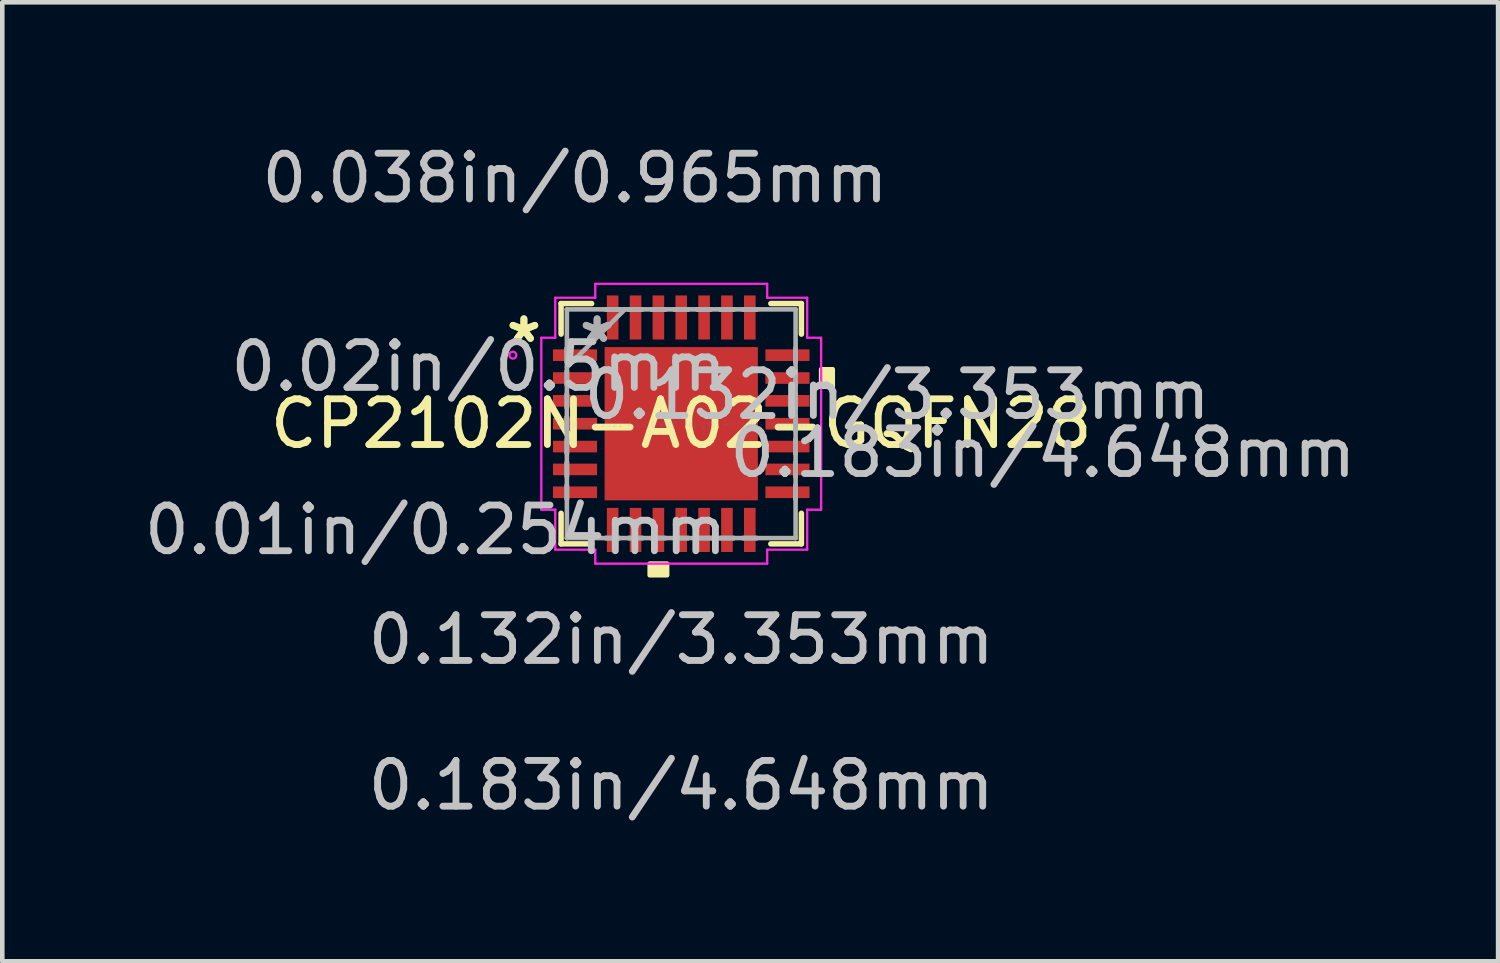
<source format=kicad_pcb>
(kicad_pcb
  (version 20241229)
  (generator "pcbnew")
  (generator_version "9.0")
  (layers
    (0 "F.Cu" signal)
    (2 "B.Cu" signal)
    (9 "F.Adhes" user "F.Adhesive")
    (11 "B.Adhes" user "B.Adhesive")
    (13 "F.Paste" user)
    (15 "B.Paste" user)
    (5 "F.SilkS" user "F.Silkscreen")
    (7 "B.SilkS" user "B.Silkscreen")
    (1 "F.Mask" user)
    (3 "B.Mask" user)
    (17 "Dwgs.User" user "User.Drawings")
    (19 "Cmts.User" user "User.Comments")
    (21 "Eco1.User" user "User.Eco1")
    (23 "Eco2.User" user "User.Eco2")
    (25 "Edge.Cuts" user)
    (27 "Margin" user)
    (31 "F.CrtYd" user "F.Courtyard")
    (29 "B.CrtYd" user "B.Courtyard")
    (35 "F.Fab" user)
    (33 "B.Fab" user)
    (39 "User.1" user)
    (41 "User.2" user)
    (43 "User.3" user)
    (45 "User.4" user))
  (footprint "CP2102N-A02-GQFN28"
    (layer "F.Cu")
    (at 11.854 6.22)
    (property "Reference" "CP2102N-A02-GQFN28" (at 0 0 0) (layer "F.SilkS") (effects (font (size 1 1) (thickness 0.15))))
    (attr through_hole)
    (fp_line (start -2.629 -2.629) (end -2.629 -1.96) (stroke (width 0.12) (type solid)) (layer "F.SilkS"))
    (fp_line (start -2.629 1.96) (end -2.629 2.629) (stroke (width 0.12) (type solid)) (layer "F.SilkS"))
    (fp_line (start -2.629 2.629) (end -1.96 2.629) (stroke (width 0.12) (type solid)) (layer "F.SilkS"))
    (fp_line (start -1.96 -2.629) (end -2.629 -2.629) (stroke (width 0.12) (type solid)) (layer "F.SilkS"))
    (fp_line (start 1.96 2.629) (end 2.629 2.629) (stroke (width 0.12) (type solid)) (layer "F.SilkS"))
    (fp_line (start 2.629 -2.629) (end 1.96 -2.629) (stroke (width 0.12) (type solid)) (layer "F.SilkS"))
    (fp_line (start 2.629 -1.96) (end 2.629 -2.629) (stroke (width 0.12) (type solid)) (layer "F.SilkS"))
    (fp_line (start 2.629 2.629) (end 2.629 1.96) (stroke (width 0.12) (type solid)) (layer "F.SilkS"))
    (fp_poly (pts (xy -0.69 3.061) (xy -0.69 3.315) (xy -0.309 3.315) (xy -0.309 3.061)) (stroke (width 0.1) (type solid)) (fill yes) (layer "F.SilkS"))
    (fp_poly (pts (xy 3.315 -1.191) (xy 3.315 -0.81) (xy 3.061 -0.81) (xy 3.061 -1.191)) (stroke (width 0.1) (type solid)) (fill yes) (layer "F.SilkS"))
    (fp_poly (pts (xy -1.576 -1.576) (xy -1.576 -0.1) (xy -0.1 -0.1) (xy -0.1 -1.576)) (stroke (width 0.1) (type solid)) (fill yes) (layer "F.Paste"))
    (fp_poly (pts (xy -1.576 0.1) (xy -1.576 1.576) (xy -0.1 1.576) (xy -0.1 0.1)) (stroke (width 0.1) (type solid)) (fill yes) (layer "F.Paste"))
    (fp_poly (pts (xy 0.1 -1.576) (xy 0.1 -0.1) (xy 1.576 -0.1) (xy 1.576 -1.576)) (stroke (width 0.1) (type solid)) (fill yes) (layer "F.Paste"))
    (fp_poly (pts (xy 0.1 0.1) (xy 0.1 1.576) (xy 1.576 1.576) (xy 1.576 0.1)) (stroke (width 0.1) (type solid)) (fill yes) (layer "F.Paste"))
    (fp_line (start -3.061 -1.881) (end -2.756 -1.881) (stroke (width 0.05) (type solid)) (layer "F.CrtYd"))
    (fp_line (start -3.061 1.881) (end -3.061 -1.881) (stroke (width 0.05) (type solid)) (layer "F.CrtYd"))
    (fp_line (start -2.756 -2.756) (end -1.881 -2.756) (stroke (width 0.05) (type solid)) (layer "F.CrtYd"))
    (fp_line (start -2.756 -1.881) (end -2.756 -2.756) (stroke (width 0.05) (type solid)) (layer "F.CrtYd"))
    (fp_line (start -2.756 1.881) (end -3.061 1.881) (stroke (width 0.05) (type solid)) (layer "F.CrtYd"))
    (fp_line (start -2.756 2.756) (end -2.756 1.881) (stroke (width 0.05) (type solid)) (layer "F.CrtYd"))
    (fp_line (start -1.881 -3.061) (end 1.881 -3.061) (stroke (width 0.05) (type solid)) (layer "F.CrtYd"))
    (fp_line (start -1.881 -2.756) (end -1.881 -3.061) (stroke (width 0.05) (type solid)) (layer "F.CrtYd"))
    (fp_line (start -1.881 2.756) (end -2.756 2.756) (stroke (width 0.05) (type solid)) (layer "F.CrtYd"))
    (fp_line (start -1.881 3.061) (end -1.881 2.756) (stroke (width 0.05) (type solid)) (layer "F.CrtYd"))
    (fp_line (start 1.881 -3.061) (end 1.881 -2.756) (stroke (width 0.05) (type solid)) (layer "F.CrtYd"))
    (fp_line (start 1.881 -2.756) (end 2.756 -2.756) (stroke (width 0.05) (type solid)) (layer "F.CrtYd"))
    (fp_line (start 1.881 2.756) (end 1.881 3.061) (stroke (width 0.05) (type solid)) (layer "F.CrtYd"))
    (fp_line (start 1.881 3.061) (end -1.881 3.061) (stroke (width 0.05) (type solid)) (layer "F.CrtYd"))
    (fp_line (start 2.756 -2.756) (end 2.756 -1.881) (stroke (width 0.05) (type solid)) (layer "F.CrtYd"))
    (fp_line (start 2.756 -1.881) (end 3.061 -1.881) (stroke (width 0.05) (type solid)) (layer "F.CrtYd"))
    (fp_line (start 2.756 1.881) (end 2.756 2.756) (stroke (width 0.05) (type solid)) (layer "F.CrtYd"))
    (fp_line (start 2.756 2.756) (end 1.881 2.756) (stroke (width 0.05) (type solid)) (layer "F.CrtYd"))
    (fp_line (start 3.061 -1.881) (end 3.061 1.881) (stroke (width 0.05) (type solid)) (layer "F.CrtYd"))
    (fp_line (start 3.061 1.881) (end 2.756 1.881) (stroke (width 0.05) (type solid)) (layer "F.CrtYd"))
    (fp_circle (center -3.683 -1.5) (end -3.607 -1.5) (stroke (width 0.05) (type solid)) (fill no) (layer "F.CrtYd"))
    (fp_line (start -2.502 -2.502) (end -2.502 -2.502) (stroke (width 0.1) (type solid)) (layer "F.Fab"))
    (fp_line (start -2.502 -2.502) (end -2.502 2.502) (stroke (width 0.1) (type solid)) (layer "F.Fab"))
    (fp_line (start -2.502 -1.652) (end -2.502 -1.652) (stroke (width 0.1) (type solid)) (layer "F.Fab"))
    (fp_line (start -2.502 -1.652) (end -2.502 -1.348) (stroke (width 0.1) (type solid)) (layer "F.Fab"))
    (fp_line (start -2.502 -1.348) (end -2.502 -1.652) (stroke (width 0.1) (type solid)) (layer "F.Fab"))
    (fp_line (start -2.502 -1.348) (end -2.502 -1.348) (stroke (width 0.1) (type solid)) (layer "F.Fab"))
    (fp_line (start -2.502 -1.232) (end -1.232 -2.502) (stroke (width 0.1) (type solid)) (layer "F.Fab"))
    (fp_line (start -2.502 -1.152) (end -2.502 -1.152) (stroke (width 0.1) (type solid)) (layer "F.Fab"))
    (fp_line (start -2.502 -1.152) (end -2.502 -0.848) (stroke (width 0.1) (type solid)) (layer "F.Fab"))
    (fp_line (start -2.502 -0.848) (end -2.502 -1.152) (stroke (width 0.1) (type solid)) (layer "F.Fab"))
    (fp_line (start -2.502 -0.848) (end -2.502 -0.848) (stroke (width 0.1) (type solid)) (layer "F.Fab"))
    (fp_line (start -2.502 -0.652) (end -2.502 -0.652) (stroke (width 0.1) (type solid)) (layer "F.Fab"))
    (fp_line (start -2.502 -0.652) (end -2.502 -0.348) (stroke (width 0.1) (type solid)) (layer "F.Fab"))
    (fp_line (start -2.502 -0.348) (end -2.502 -0.652) (stroke (width 0.1) (type solid)) (layer "F.Fab"))
    (fp_line (start -2.502 -0.348) (end -2.502 -0.348) (stroke (width 0.1) (type solid)) (layer "F.Fab"))
    (fp_line (start -2.502 -0.152) (end -2.502 -0.152) (stroke (width 0.1) (type solid)) (layer "F.Fab"))
    (fp_line (start -2.502 -0.152) (end -2.502 0.152) (stroke (width 0.1) (type solid)) (layer "F.Fab"))
    (fp_line (start -2.502 0.152) (end -2.502 -0.152) (stroke (width 0.1) (type solid)) (layer "F.Fab"))
    (fp_line (start -2.502 0.152) (end -2.502 0.152) (stroke (width 0.1) (type solid)) (layer "F.Fab"))
    (fp_line (start -2.502 0.348) (end -2.502 0.348) (stroke (width 0.1) (type solid)) (layer "F.Fab"))
    (fp_line (start -2.502 0.348) (end -2.502 0.652) (stroke (width 0.1) (type solid)) (layer "F.Fab"))
    (fp_line (start -2.502 0.652) (end -2.502 0.348) (stroke (width 0.1) (type solid)) (layer "F.Fab"))
    (fp_line (start -2.502 0.652) (end -2.502 0.652) (stroke (width 0.1) (type solid)) (layer "F.Fab"))
    (fp_line (start -2.502 0.848) (end -2.502 0.848) (stroke (width 0.1) (type solid)) (layer "F.Fab"))
    (fp_line (start -2.502 0.848) (end -2.502 1.152) (stroke (width 0.1) (type solid)) (layer "F.Fab"))
    (fp_line (start -2.502 1.152) (end -2.502 0.848) (stroke (width 0.1) (type solid)) (layer "F.Fab"))
    (fp_line (start -2.502 1.152) (end -2.502 1.152) (stroke (width 0.1) (type solid)) (layer "F.Fab"))
    (fp_line (start -2.502 1.348) (end -2.502 1.348) (stroke (width 0.1) (type solid)) (layer "F.Fab"))
    (fp_line (start -2.502 1.348) (end -2.502 1.652) (stroke (width 0.1) (type solid)) (layer "F.Fab"))
    (fp_line (start -2.502 1.652) (end -2.502 1.348) (stroke (width 0.1) (type solid)) (layer "F.Fab"))
    (fp_line (start -2.502 1.652) (end -2.502 1.652) (stroke (width 0.1) (type solid)) (layer "F.Fab"))
    (fp_line (start -2.502 2.502) (end -2.502 2.502) (stroke (width 0.1) (type solid)) (layer "F.Fab"))
    (fp_line (start -2.502 2.502) (end 2.502 2.502) (stroke (width 0.1) (type solid)) (layer "F.Fab"))
    (fp_line (start -1.652 -2.502) (end -1.652 -2.502) (stroke (width 0.1) (type solid)) (layer "F.Fab"))
    (fp_line (start -1.652 -2.502) (end -1.348 -2.502) (stroke (width 0.1) (type solid)) (layer "F.Fab"))
    (fp_line (start -1.652 2.502) (end -1.652 2.502) (stroke (width 0.1) (type solid)) (layer "F.Fab"))
    (fp_line (start -1.652 2.502) (end -1.348 2.502) (stroke (width 0.1) (type solid)) (layer "F.Fab"))
    (fp_line (start -1.348 -2.502) (end -1.652 -2.502) (stroke (width 0.1) (type solid)) (layer "F.Fab"))
    (fp_line (start -1.348 -2.502) (end -1.348 -2.502) (stroke (width 0.1) (type solid)) (layer "F.Fab"))
    (fp_line (start -1.348 2.502) (end -1.652 2.502) (stroke (width 0.1) (type solid)) (layer "F.Fab"))
    (fp_line (start -1.348 2.502) (end -1.348 2.502) (stroke (width 0.1) (type solid)) (layer "F.Fab"))
    (fp_line (start -1.152 -2.502) (end -1.152 -2.502) (stroke (width 0.1) (type solid)) (layer "F.Fab"))
    (fp_line (start -1.152 -2.502) (end -0.848 -2.502) (stroke (width 0.1) (type solid)) (layer "F.Fab"))
    (fp_line (start -1.152 2.502) (end -1.152 2.502) (stroke (width 0.1) (type solid)) (layer "F.Fab"))
    (fp_line (start -1.152 2.502) (end -0.848 2.502) (stroke (width 0.1) (type solid)) (layer "F.Fab"))
    (fp_line (start -0.848 -2.502) (end -1.152 -2.502) (stroke (width 0.1) (type solid)) (layer "F.Fab"))
    (fp_line (start -0.848 -2.502) (end -0.848 -2.502) (stroke (width 0.1) (type solid)) (layer "F.Fab"))
    (fp_line (start -0.848 2.502) (end -1.152 2.502) (stroke (width 0.1) (type solid)) (layer "F.Fab"))
    (fp_line (start -0.848 2.502) (end -0.848 2.502) (stroke (width 0.1) (type solid)) (layer "F.Fab"))
    (fp_line (start -0.652 -2.502) (end -0.652 -2.502) (stroke (width 0.1) (type solid)) (layer "F.Fab"))
    (fp_line (start -0.652 -2.502) (end -0.348 -2.502) (stroke (width 0.1) (type solid)) (layer "F.Fab"))
    (fp_line (start -0.652 2.502) (end -0.652 2.502) (stroke (width 0.1) (type solid)) (layer "F.Fab"))
    (fp_line (start -0.652 2.502) (end -0.348 2.502) (stroke (width 0.1) (type solid)) (layer "F.Fab"))
    (fp_line (start -0.348 -2.502) (end -0.652 -2.502) (stroke (width 0.1) (type solid)) (layer "F.Fab"))
    (fp_line (start -0.348 -2.502) (end -0.348 -2.502) (stroke (width 0.1) (type solid)) (layer "F.Fab"))
    (fp_line (start -0.348 2.502) (end -0.652 2.502) (stroke (width 0.1) (type solid)) (layer "F.Fab"))
    (fp_line (start -0.348 2.502) (end -0.348 2.502) (stroke (width 0.1) (type solid)) (layer "F.Fab"))
    (fp_line (start -0.152 -2.502) (end -0.152 -2.502) (stroke (width 0.1) (type solid)) (layer "F.Fab"))
    (fp_line (start -0.152 -2.502) (end 0.152 -2.502) (stroke (width 0.1) (type solid)) (layer "F.Fab"))
    (fp_line (start -0.152 2.502) (end -0.152 2.502) (stroke (width 0.1) (type solid)) (layer "F.Fab"))
    (fp_line (start -0.152 2.502) (end 0.152 2.502) (stroke (width 0.1) (type solid)) (layer "F.Fab"))
    (fp_line (start 0.152 -2.502) (end -0.152 -2.502) (stroke (width 0.1) (type solid)) (layer "F.Fab"))
    (fp_line (start 0.152 -2.502) (end 0.152 -2.502) (stroke (width 0.1) (type solid)) (layer "F.Fab"))
    (fp_line (start 0.152 2.502) (end -0.152 2.502) (stroke (width 0.1) (type solid)) (layer "F.Fab"))
    (fp_line (start 0.152 2.502) (end 0.152 2.502) (stroke (width 0.1) (type solid)) (layer "F.Fab"))
    (fp_line (start 0.348 -2.502) (end 0.348 -2.502) (stroke (width 0.1) (type solid)) (layer "F.Fab"))
    (fp_line (start 0.348 -2.502) (end 0.652 -2.502) (stroke (width 0.1) (type solid)) (layer "F.Fab"))
    (fp_line (start 0.348 2.502) (end 0.348 2.502) (stroke (width 0.1) (type solid)) (layer "F.Fab"))
    (fp_line (start 0.348 2.502) (end 0.652 2.502) (stroke (width 0.1) (type solid)) (layer "F.Fab"))
    (fp_line (start 0.652 -2.502) (end 0.348 -2.502) (stroke (width 0.1) (type solid)) (layer "F.Fab"))
    (fp_line (start 0.652 -2.502) (end 0.652 -2.502) (stroke (width 0.1) (type solid)) (layer "F.Fab"))
    (fp_line (start 0.652 2.502) (end 0.348 2.502) (stroke (width 0.1) (type solid)) (layer "F.Fab"))
    (fp_line (start 0.652 2.502) (end 0.652 2.502) (stroke (width 0.1) (type solid)) (layer "F.Fab"))
    (fp_line (start 0.848 -2.502) (end 0.848 -2.502) (stroke (width 0.1) (type solid)) (layer "F.Fab"))
    (fp_line (start 0.848 -2.502) (end 1.152 -2.502) (stroke (width 0.1) (type solid)) (layer "F.Fab"))
    (fp_line (start 0.848 2.502) (end 0.848 2.502) (stroke (width 0.1) (type solid)) (layer "F.Fab"))
    (fp_line (start 0.848 2.502) (end 1.152 2.502) (stroke (width 0.1) (type solid)) (layer "F.Fab"))
    (fp_line (start 1.152 -2.502) (end 0.848 -2.502) (stroke (width 0.1) (type solid)) (layer "F.Fab"))
    (fp_line (start 1.152 -2.502) (end 1.152 -2.502) (stroke (width 0.1) (type solid)) (layer "F.Fab"))
    (fp_line (start 1.152 2.502) (end 0.848 2.502) (stroke (width 0.1) (type solid)) (layer "F.Fab"))
    (fp_line (start 1.152 2.502) (end 1.152 2.502) (stroke (width 0.1) (type solid)) (layer "F.Fab"))
    (fp_line (start 1.348 -2.502) (end 1.348 -2.502) (stroke (width 0.1) (type solid)) (layer "F.Fab"))
    (fp_line (start 1.348 -2.502) (end 1.652 -2.502) (stroke (width 0.1) (type solid)) (layer "F.Fab"))
    (fp_line (start 1.348 2.502) (end 1.348 2.502) (stroke (width 0.1) (type solid)) (layer "F.Fab"))
    (fp_line (start 1.348 2.502) (end 1.652 2.502) (stroke (width 0.1) (type solid)) (layer "F.Fab"))
    (fp_line (start 1.652 -2.502) (end 1.348 -2.502) (stroke (width 0.1) (type solid)) (layer "F.Fab"))
    (fp_line (start 1.652 -2.502) (end 1.652 -2.502) (stroke (width 0.1) (type solid)) (layer "F.Fab"))
    (fp_line (start 1.652 2.502) (end 1.348 2.502) (stroke (width 0.1) (type solid)) (layer "F.Fab"))
    (fp_line (start 1.652 2.502) (end 1.652 2.502) (stroke (width 0.1) (type solid)) (layer "F.Fab"))
    (fp_line (start 2.502 -2.502) (end -2.502 -2.502) (stroke (width 0.1) (type solid)) (layer "F.Fab"))
    (fp_line (start 2.502 -2.502) (end 2.502 -2.502) (stroke (width 0.1) (type solid)) (layer "F.Fab"))
    (fp_line (start 2.502 -1.652) (end 2.502 -1.652) (stroke (width 0.1) (type solid)) (layer "F.Fab"))
    (fp_line (start 2.502 -1.652) (end 2.502 -1.348) (stroke (width 0.1) (type solid)) (layer "F.Fab"))
    (fp_line (start 2.502 -1.348) (end 2.502 -1.652) (stroke (width 0.1) (type solid)) (layer "F.Fab"))
    (fp_line (start 2.502 -1.348) (end 2.502 -1.348) (stroke (width 0.1) (type solid)) (layer "F.Fab"))
    (fp_line (start 2.502 -1.152) (end 2.502 -1.152) (stroke (width 0.1) (type solid)) (layer "F.Fab"))
    (fp_line (start 2.502 -1.152) (end 2.502 -0.848) (stroke (width 0.1) (type solid)) (layer "F.Fab"))
    (fp_line (start 2.502 -0.848) (end 2.502 -1.152) (stroke (width 0.1) (type solid)) (layer "F.Fab"))
    (fp_line (start 2.502 -0.848) (end 2.502 -0.848) (stroke (width 0.1) (type solid)) (layer "F.Fab"))
    (fp_line (start 2.502 -0.652) (end 2.502 -0.652) (stroke (width 0.1) (type solid)) (layer "F.Fab"))
    (fp_line (start 2.502 -0.652) (end 2.502 -0.348) (stroke (width 0.1) (type solid)) (layer "F.Fab"))
    (fp_line (start 2.502 -0.348) (end 2.502 -0.652) (stroke (width 0.1) (type solid)) (layer "F.Fab"))
    (fp_line (start 2.502 -0.348) (end 2.502 -0.348) (stroke (width 0.1) (type solid)) (layer "F.Fab"))
    (fp_line (start 2.502 -0.152) (end 2.502 -0.152) (stroke (width 0.1) (type solid)) (layer "F.Fab"))
    (fp_line (start 2.502 -0.152) (end 2.502 0.152) (stroke (width 0.1) (type solid)) (layer "F.Fab"))
    (fp_line (start 2.502 0.152) (end 2.502 -0.152) (stroke (width 0.1) (type solid)) (layer "F.Fab"))
    (fp_line (start 2.502 0.152) (end 2.502 0.152) (stroke (width 0.1) (type solid)) (layer "F.Fab"))
    (fp_line (start 2.502 0.348) (end 2.502 0.348) (stroke (width 0.1) (type solid)) (layer "F.Fab"))
    (fp_line (start 2.502 0.348) (end 2.502 0.652) (stroke (width 0.1) (type solid)) (layer "F.Fab"))
    (fp_line (start 2.502 0.652) (end 2.502 0.348) (stroke (width 0.1) (type solid)) (layer "F.Fab"))
    (fp_line (start 2.502 0.652) (end 2.502 0.652) (stroke (width 0.1) (type solid)) (layer "F.Fab"))
    (fp_line (start 2.502 0.848) (end 2.502 0.848) (stroke (width 0.1) (type solid)) (layer "F.Fab"))
    (fp_line (start 2.502 0.848) (end 2.502 1.152) (stroke (width 0.1) (type solid)) (layer "F.Fab"))
    (fp_line (start 2.502 1.152) (end 2.502 0.848) (stroke (width 0.1) (type solid)) (layer "F.Fab"))
    (fp_line (start 2.502 1.152) (end 2.502 1.152) (stroke (width 0.1) (type solid)) (layer "F.Fab"))
    (fp_line (start 2.502 1.348) (end 2.502 1.348) (stroke (width 0.1) (type solid)) (layer "F.Fab"))
    (fp_line (start 2.502 1.348) (end 2.502 1.652) (stroke (width 0.1) (type solid)) (layer "F.Fab"))
    (fp_line (start 2.502 1.652) (end 2.502 1.348) (stroke (width 0.1) (type solid)) (layer "F.Fab"))
    (fp_line (start 2.502 1.652) (end 2.502 1.652) (stroke (width 0.1) (type solid)) (layer "F.Fab"))
    (fp_line (start 2.502 2.502) (end 2.502 -2.502) (stroke (width 0.1) (type solid)) (layer "F.Fab"))
    (fp_line (start 2.502 2.502) (end 2.502 2.502) (stroke (width 0.1) (type solid)) (layer "F.Fab"))
    (fp_text user "*" (at -3.442 -1.75 0) (layer "F.SilkS") (effects (font (size 1 1) (thickness 0.15))))
    (fp_text user "*" (at -3.442 -1.75 0) (layer "F.SilkS") (effects (font (size 1 1) (thickness 0.15))))
    (fp_text user "0.01in/0.254mm" (at -5.372 2.324 0) (layer "Dwgs.User") (effects (font (size 1 1) (thickness 0.15))))
    (fp_text user "0.132in/3.353mm" (at 0 4.724 0) (layer "Dwgs.User") (effects (font (size 1 1) (thickness 0.15))))
    (fp_text user "0.02in/0.5mm" (at -4.432 -1.25 0) (layer "Dwgs.User") (effects (font (size 1 1) (thickness 0.15))))
    (fp_text user "0.038in/0.965mm" (at -2.324 -5.372 0) (layer "Dwgs.User") (effects (font (size 1 1) (thickness 0.15))))
    (fp_text user "0.183in/4.648mm" (at 7.912 0.635 0) (layer "Dwgs.User") (effects (font (size 1 1) (thickness 0.15))))
    (fp_text user "0.132in/3.353mm" (at 4.724 -0.635 0) (layer "Dwgs.User") (effects (font (size 1 1) (thickness 0.15))))
    (fp_text user "0.183in/4.648mm" (at 0 7.912 0) (layer "Dwgs.User") (effects (font (size 1 1) (thickness 0.15))))
    (fp_text user "Copyright 2021 Accelerated Designs. All rights reserved." (at 0 0 0) (layer "Cmts.User") (effects (font (size 0.127 0.127) (thickness 0.002))))
    (fp_text user "*" (at -1.841 -1.75 0) (layer "F.Fab") (effects (font (size 1 1) (thickness 0.15))))
    (fp_text user "*" (at -1.841 -1.75 0) (layer "F.Fab") (effects (font (size 1 1) (thickness 0.15))))
    (pad "1" smd rect (at -2.324 -1.5 90) (size 0.254 0.965) (layers "F.Cu" "F.Mask" "F.Paste"))
    (pad "2" smd rect (at -2.324 -1 90) (size 0.254 0.965) (layers "F.Cu" "F.Mask" "F.Paste"))
    (pad "3" smd rect (at -2.324 -0.5 90) (size 0.254 0.965) (layers "F.Cu" "F.Mask" "F.Paste"))
    (pad "4" smd rect (at -2.324 0 90) (size 0.254 0.965) (layers "F.Cu" "F.Mask" "F.Paste"))
    (pad "5" smd rect (at -2.324 0.5 90) (size 0.254 0.965) (layers "F.Cu" "F.Mask" "F.Paste"))
    (pad "6" smd rect (at -2.324 1 90) (size 0.254 0.965) (layers "F.Cu" "F.Mask" "F.Paste"))
    (pad "7" smd rect (at -2.324 1.5 90) (size 0.254 0.965) (layers "F.Cu" "F.Mask" "F.Paste"))
    (pad "8" smd rect (at -1.5 2.324) (size 0.254 0.965) (layers "F.Cu" "F.Mask" "F.Paste"))
    (pad "9" smd rect (at -1 2.324) (size 0.254 0.965) (layers "F.Cu" "F.Mask" "F.Paste"))
    (pad "10" smd rect (at -0.5 2.324) (size 0.254 0.965) (layers "F.Cu" "F.Mask" "F.Paste"))
    (pad "11" smd rect (at 0 2.324) (size 0.254 0.965) (layers "F.Cu" "F.Mask" "F.Paste"))
    (pad "12" smd rect (at 0.5 2.324) (size 0.254 0.965) (layers "F.Cu" "F.Mask" "F.Paste"))
    (pad "13" smd rect (at 1 2.324) (size 0.254 0.965) (layers "F.Cu" "F.Mask" "F.Paste"))
    (pad "14" smd rect (at 1.5 2.324) (size 0.254 0.965) (layers "F.Cu" "F.Mask" "F.Paste"))
    (pad "15" smd rect (at 2.324 1.5 90) (size 0.254 0.965) (layers "F.Cu" "F.Mask" "F.Paste"))
    (pad "16" smd rect (at 2.324 1 90) (size 0.254 0.965) (layers "F.Cu" "F.Mask" "F.Paste"))
    (pad "17" smd rect (at 2.324 0.5 90) (size 0.254 0.965) (layers "F.Cu" "F.Mask" "F.Paste"))
    (pad "18" smd rect (at 2.324 0 90) (size 0.254 0.965) (layers "F.Cu" "F.Mask" "F.Paste"))
    (pad "19" smd rect (at 2.324 -0.5 90) (size 0.254 0.965) (layers "F.Cu" "F.Mask" "F.Paste"))
    (pad "20" smd rect (at 2.324 -1 90) (size 0.254 0.965) (layers "F.Cu" "F.Mask" "F.Paste"))
    (pad "21" smd rect (at 2.324 -1.5 90) (size 0.254 0.965) (layers "F.Cu" "F.Mask" "F.Paste"))
    (pad "22" smd rect (at 1.5 -2.324) (size 0.254 0.965) (layers "F.Cu" "F.Mask" "F.Paste"))
    (pad "23" smd rect (at 1 -2.324) (size 0.254 0.965) (layers "F.Cu" "F.Mask" "F.Paste"))
    (pad "24" smd rect (at 0.5 -2.324) (size 0.254 0.965) (layers "F.Cu" "F.Mask" "F.Paste"))
    (pad "25" smd rect (at 0 -2.324) (size 0.254 0.965) (layers "F.Cu" "F.Mask" "F.Paste"))
    (pad "26" smd rect (at -0.5 -2.324) (size 0.254 0.965) (layers "F.Cu" "F.Mask" "F.Paste"))
    (pad "27" smd rect (at -1 -2.324) (size 0.254 0.965) (layers "F.Cu" "F.Mask" "F.Paste"))
    (pad "28" smd rect (at -1.5 -2.324) (size 0.254 0.965) (layers "F.Cu" "F.Mask" "F.Paste"))
    (pad "29" smd rect (at 0 0) (size 3.353 3.353) (layers "F.Cu" "F.Mask")))
  (gr_rect
    (start -3 -3)
    (end 29.725 17.981)
    (stroke (width 0.1) (type default))
    (fill no)
    (layer "Edge.Cuts")))
</source>
